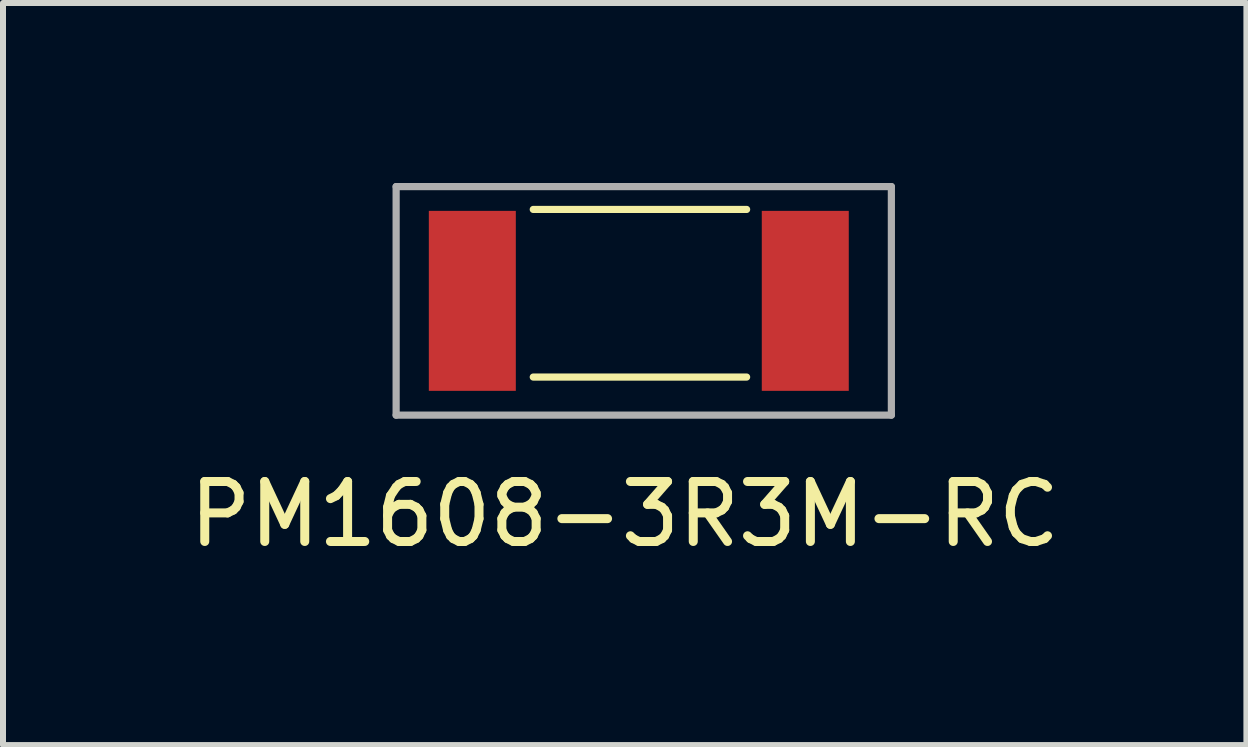
<source format=kicad_pcb>
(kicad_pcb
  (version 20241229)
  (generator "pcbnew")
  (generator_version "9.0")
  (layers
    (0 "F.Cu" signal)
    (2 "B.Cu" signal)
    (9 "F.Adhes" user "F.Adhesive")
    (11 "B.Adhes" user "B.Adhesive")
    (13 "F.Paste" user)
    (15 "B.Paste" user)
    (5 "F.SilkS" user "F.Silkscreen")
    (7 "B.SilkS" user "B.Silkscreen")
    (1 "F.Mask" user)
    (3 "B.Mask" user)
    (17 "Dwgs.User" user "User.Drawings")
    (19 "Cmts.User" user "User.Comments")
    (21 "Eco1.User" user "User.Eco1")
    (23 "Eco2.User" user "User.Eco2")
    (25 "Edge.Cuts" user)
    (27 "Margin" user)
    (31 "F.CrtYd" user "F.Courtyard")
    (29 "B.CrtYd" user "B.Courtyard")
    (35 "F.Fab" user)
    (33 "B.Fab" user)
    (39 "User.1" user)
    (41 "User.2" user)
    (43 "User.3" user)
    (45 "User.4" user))
  (footprint "PM1608-3R3M-RC"
    (layer "F.Cu")
    (at 4.823 1.965)
    (property "Reference" "PM1608-3R3M-RC" (at 2.54 3.556 0) (layer "F.SilkS") (effects (font (size 1 1) (thickness 0.15))))
    (attr through_hole)
    (fp_line (start 1.016 -1.524) (end 4.572 -1.524) (stroke (width 0.12) (type solid)) (layer "F.SilkS"))
    (fp_line (start 1.016 1.27) (end 4.572 1.27) (stroke (width 0.12) (type solid)) (layer "F.SilkS"))
    (fp_line (start -1.27 -1.905) (end 6.985 -1.905) (stroke (width 0.12) (type solid)) (layer "F.Fab"))
    (fp_line (start -1.27 1.905) (end -1.27 -1.905) (stroke (width 0.12) (type solid)) (layer "F.Fab"))
    (fp_line (start 6.985 -1.905) (end 6.985 1.905) (stroke (width 0.12) (type solid)) (layer "F.Fab"))
    (fp_line (start 6.985 1.905) (end -1.27 1.905) (stroke (width 0.12) (type solid)) (layer "F.Fab"))
    (pad "1" smd rect (at 0 0) (size 1.45 3) (layers "F.Cu" "F.Mask"))
    (pad "2" smd rect (at 5.55 0) (size 1.45 3) (layers "F.Cu" "F.Mask")))
  (gr_rect
    (start -3 -3)
    (end 17.726 9.369)
    (stroke (width 0.1) (type default))
    (fill no)
    (layer "Edge.Cuts")))
</source>
